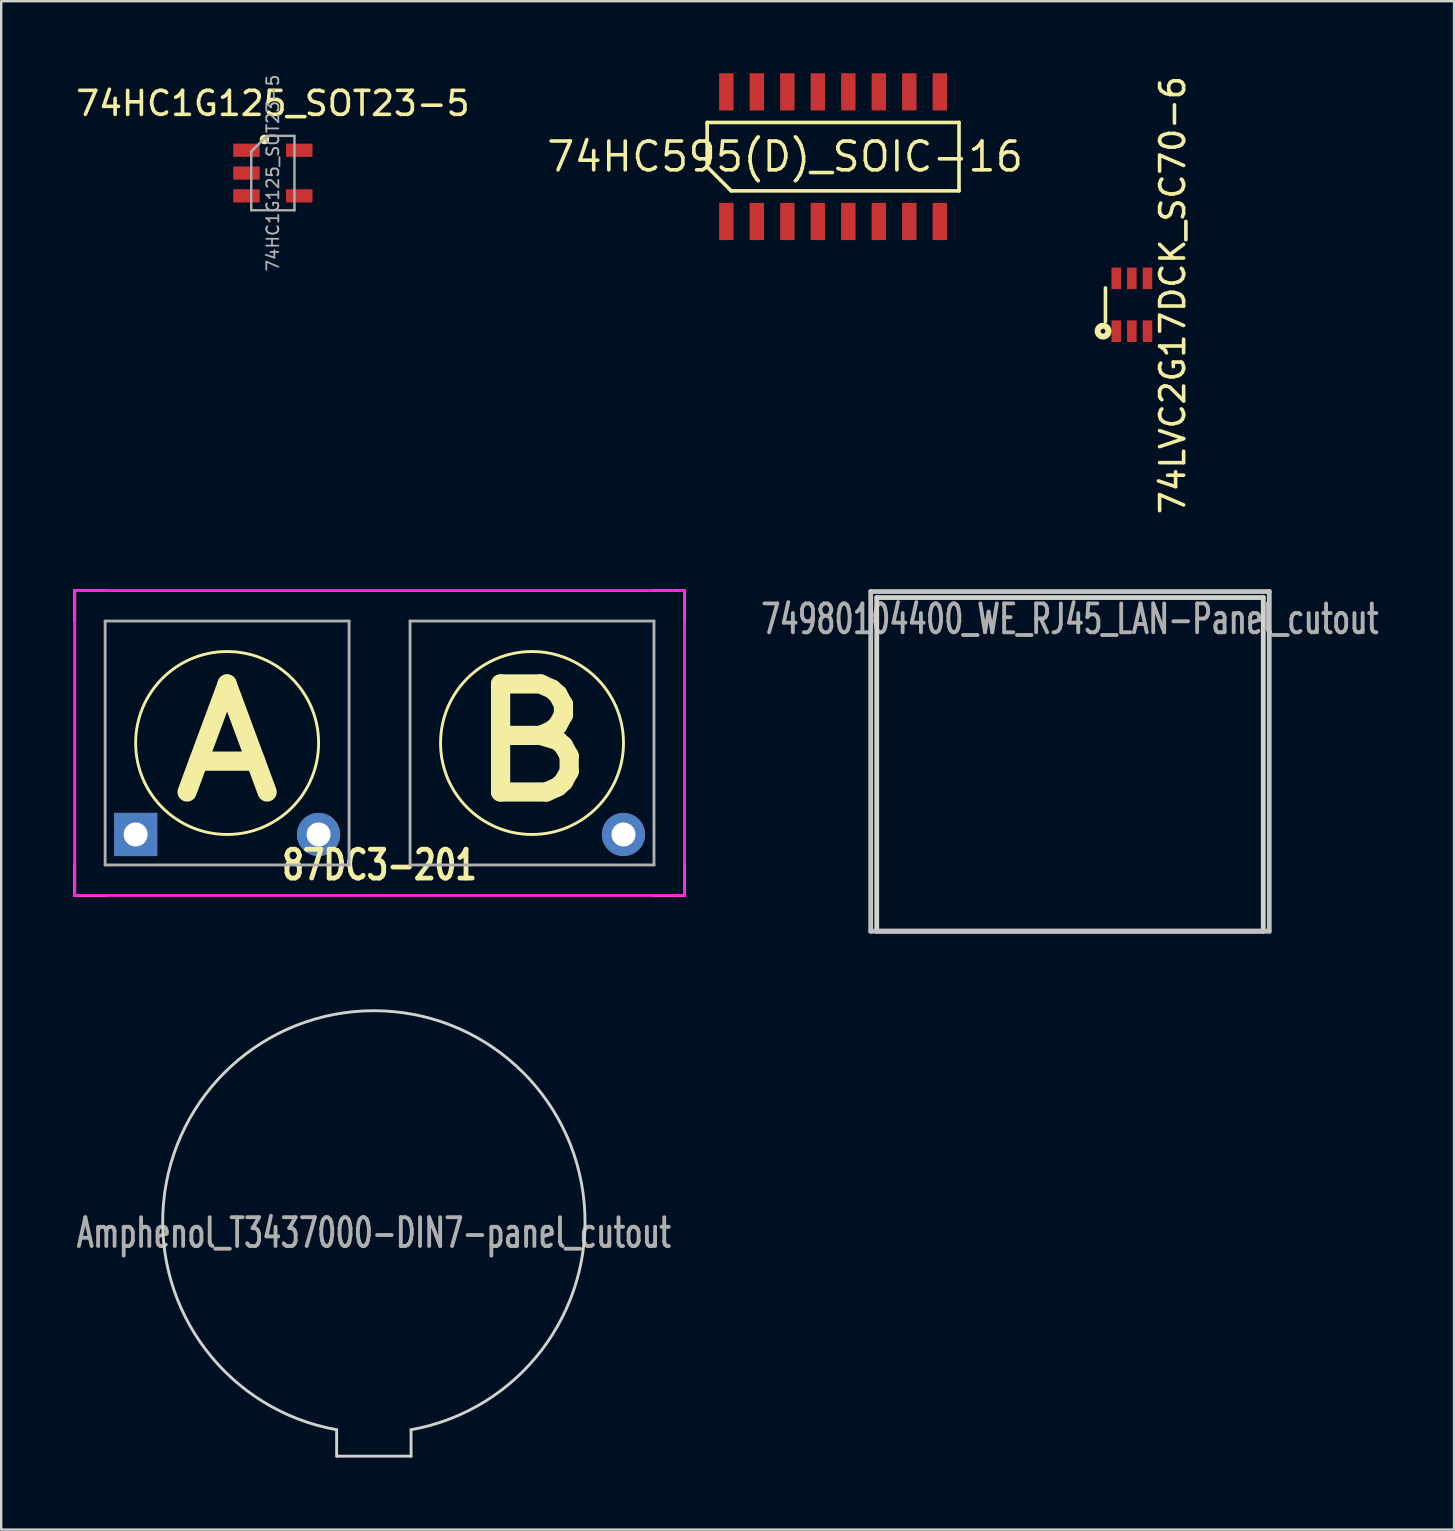
<source format=kicad_pcb>
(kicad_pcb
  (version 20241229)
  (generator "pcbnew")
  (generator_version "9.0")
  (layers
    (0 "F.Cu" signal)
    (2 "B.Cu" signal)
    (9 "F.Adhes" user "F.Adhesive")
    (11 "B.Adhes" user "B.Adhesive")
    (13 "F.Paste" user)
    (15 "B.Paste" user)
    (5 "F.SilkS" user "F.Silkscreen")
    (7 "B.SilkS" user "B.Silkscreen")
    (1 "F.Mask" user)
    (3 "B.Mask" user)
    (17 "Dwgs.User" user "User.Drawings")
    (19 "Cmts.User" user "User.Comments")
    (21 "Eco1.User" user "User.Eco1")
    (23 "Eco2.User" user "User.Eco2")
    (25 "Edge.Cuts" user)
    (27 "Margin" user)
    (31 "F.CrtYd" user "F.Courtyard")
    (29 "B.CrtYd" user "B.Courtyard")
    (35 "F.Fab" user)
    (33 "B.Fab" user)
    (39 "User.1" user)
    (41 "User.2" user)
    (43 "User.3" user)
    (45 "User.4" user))
  (footprint "74LVC2G17DCK_SC70-6"
    (layer "F.Cu")
    (at 44.095 9.644)
    (property "Reference" "74LVC2G17DCK_SC70-6" (at 1.7 -0.4 90) (layer "F.SilkS") (effects (font (size 1 1) (thickness 0.15))))
    (attr through_hole)
    (fp_line (start -1.1 -0.7) (end -1.1 0.7) (stroke (width 0.15) (type solid)) (layer "F.SilkS"))
    (fp_circle (center -1.2 1.1) (end -1.1 1.1) (stroke (width 0.25) (type solid)) (fill no) (layer "F.SilkS"))
    (pad "1" smd rect (at -0.65 1.1) (size 0.4 0.9) (layers "F.Cu" "F.Mask" "F.Paste"))
    (pad "2" smd rect (at 0 1.1) (size 0.4 0.9) (layers "F.Cu" "F.Mask" "F.Paste"))
    (pad "3" smd rect (at 0.65 1.1) (size 0.4 0.9) (layers "F.Cu" "F.Mask" "F.Paste"))
    (pad "4" smd rect (at 0.65 -1.1) (size 0.4 0.9) (layers "F.Cu" "F.Mask" "F.Paste"))
    (pad "5" smd rect (at 0 -1.1) (size 0.4 0.9) (layers "F.Cu" "F.Mask" "F.Paste"))
    (pad "6" smd rect (at -0.65 -1.1) (size 0.4 0.9) (layers "F.Cu" "F.Mask" "F.Paste")))
  (footprint "74HC1G125_SOT23-5"
    (layer "F.Cu")
    (at 8.315 4.158)
    (property "Reference" "74HC1G125_SOT23-5" (at 0 -2.9 0) (layer "F.SilkS") (effects (font (size 1 1) (thickness 0.15))))
    (attr smd)
    (fp_circle (center -0.35 -1.4) (end -0.25 -1.4) (stroke (width 0.2) (type solid)) (fill no) (layer "F.SilkS"))
    (fp_line (start -0.9 -0.9) (end -0.9 1.55) (stroke (width 0.1) (type solid)) (layer "F.Fab"))
    (fp_line (start -0.9 -0.9) (end -0.25 -1.55) (stroke (width 0.1) (type solid)) (layer "F.Fab"))
    (fp_line (start 0.9 -1.55) (end -0.25 -1.55) (stroke (width 0.1) (type solid)) (layer "F.Fab"))
    (fp_line (start 0.9 -1.55) (end 0.9 1.55) (stroke (width 0.1) (type solid)) (layer "F.Fab"))
    (fp_line (start 0.9 1.55) (end -0.9 1.55) (stroke (width 0.1) (type solid)) (layer "F.Fab"))
    (fp_text user "${REFERENCE}" (at 0 0 90) (layer "F.Fab") (effects (font (size 0.5 0.5) (thickness 0.075))))
    (pad "1" smd rect (at -1.1 -0.95) (size 1.1 0.55) (layers "F.Cu" "F.Mask" "F.Paste"))
    (pad "2" smd rect (at -1.1 0) (size 1.1 0.55) (layers "F.Cu" "F.Mask" "F.Paste"))
    (pad "3" smd rect (at -1.1 0.95) (size 1.1 0.55) (layers "F.Cu" "F.Mask" "F.Paste"))
    (pad "4" smd rect (at 1.1 0.95) (size 1.1 0.55) (layers "F.Cu" "F.Mask" "F.Paste"))
    (pad "5" smd rect (at 1.1 -0.95) (size 1.1 0.55) (layers "F.Cu" "F.Mask" "F.Paste")))
  (footprint "87DC3-201"
    (layer "F.Cu")
    (at 12.76 27.898)
    (property "Reference" "87DC3-201" (at 0 5.08 0) (layer "F.SilkS") (effects (font (size 1.2 0.9) (thickness 0.2))))
    (attr through_hole)
    (fp_line (start -12.7 -6.35) (end -11.43 -6.35) (stroke (width 0.12) (type solid)) (layer "F.SilkS"))
    (fp_line (start -12.7 -5.08) (end -12.7 -6.35) (stroke (width 0.12) (type solid)) (layer "F.SilkS"))
    (fp_line (start -12.7 5.08) (end -12.7 6.35) (stroke (width 0.12) (type solid)) (layer "F.SilkS"))
    (fp_line (start -12.7 6.35) (end -11.43 6.35) (stroke (width 0.12) (type solid)) (layer "F.SilkS"))
    (fp_line (start 11.43 -6.35) (end 12.7 -6.35) (stroke (width 0.12) (type solid)) (layer "F.SilkS"))
    (fp_line (start 12.7 -6.35) (end 12.7 -5.08) (stroke (width 0.12) (type solid)) (layer "F.SilkS"))
    (fp_line (start 12.7 5.08) (end 12.7 6.35) (stroke (width 0.12) (type solid)) (layer "F.SilkS"))
    (fp_line (start 12.7 6.35) (end 11.43 6.35) (stroke (width 0.12) (type solid)) (layer "F.SilkS"))
    (fp_circle (center -6.35 0) (end -2.54 0) (stroke (width 0.12) (type solid)) (fill no) (layer "F.SilkS"))
    (fp_circle (center 6.35 0) (end 10.16 0) (stroke (width 0.12) (type solid)) (fill no) (layer "F.SilkS"))
    (fp_line (start -12.7 -6.35) (end 12.7 -6.35) (stroke (width 0.12) (type solid)) (layer "F.CrtYd"))
    (fp_line (start -12.7 6.35) (end -12.7 -6.35) (stroke (width 0.12) (type solid)) (layer "F.CrtYd"))
    (fp_line (start 12.7 -6.35) (end 12.7 6.35) (stroke (width 0.12) (type solid)) (layer "F.CrtYd"))
    (fp_line (start 12.7 6.35) (end -12.7 6.35) (stroke (width 0.12) (type solid)) (layer "F.CrtYd"))
    (fp_line (start -11.43 -5.08) (end -1.27 -5.08) (stroke (width 0.12) (type solid)) (layer "F.Fab"))
    (fp_line (start -11.43 5.08) (end -11.43 -5.08) (stroke (width 0.12) (type solid)) (layer "F.Fab"))
    (fp_line (start -1.27 -5.08) (end -1.27 5.08) (stroke (width 0.12) (type solid)) (layer "F.Fab"))
    (fp_line (start -1.27 5.08) (end -11.43 5.08) (stroke (width 0.12) (type solid)) (layer "F.Fab"))
    (fp_line (start 1.27 -5.08) (end 1.27 5.08) (stroke (width 0.12) (type solid)) (layer "F.Fab"))
    (fp_line (start 1.27 5.08) (end 11.43 5.08) (stroke (width 0.12) (type solid)) (layer "F.Fab"))
    (fp_line (start 11.43 -5.08) (end 1.27 -5.08) (stroke (width 0.12) (type solid)) (layer "F.Fab"))
    (fp_line (start 11.43 5.08) (end 11.43 -5.08) (stroke (width 0.12) (type solid)) (layer "F.Fab"))
    (fp_text user "B" (at 6.35 0 0) (layer "F.SilkS") (effects (font (size 4.5 5) (thickness 0.8))))
    (fp_text user "A" (at -6.35 0 0) (layer "F.SilkS") (effects (font (size 4.5 5) (thickness 0.8))))
    (pad "1" thru_hole rect (at -10.16 3.81) (size 1.8 1.8) (drill 1) (layers "*.Cu" "*.Mask"))
    (pad "2" thru_hole circle (at -2.54 3.81) (size 1.8 1.8) (drill 1) (layers "*.Cu" "*.Mask"))
    (pad "3" thru_hole circle (at 10.16 3.81) (size 1.8 1.8) (drill 1) (layers "*.Cu" "*.Mask")))
  (footprint "74980104400_WE_RJ45_LAN-Panel_cutout"
    (layer "F.Cu")
    (at 41.518 35.738)
    (property "Reference" "74980104400_WE_RJ45_LAN-Panel_cutout" (at 0 -13 0) (layer "F.Fab") (effects (font (size 1.2 0.8) (thickness 0.16))))
    (attr exclude_from_pos_files exclude_from_bom)
    (fp_line (start -8.3 -14.15) (end -8.3 0) (stroke (width 0.2) (type solid)) (layer "Dwgs.User"))
    (fp_line (start -8.3 0) (end 8.3 0) (stroke (width 0.2) (type solid)) (layer "Dwgs.User"))
    (fp_line (start 8.3 -14.15) (end -8.3 -14.15) (stroke (width 0.2) (type solid)) (layer "Dwgs.User"))
    (fp_line (start 8.3 0) (end 8.3 -14.15) (stroke (width 0.2) (type solid)) (layer "Dwgs.User"))
    (fp_line (start -8.05 -13.9) (end -8.05 0) (stroke (width 0.2) (type solid)) (layer "Edge.Cuts"))
    (fp_line (start -8.05 0) (end 8.05 0) (stroke (width 0.2) (type solid)) (layer "Edge.Cuts"))
    (fp_line (start 8.05 -13.9) (end -8.05 -13.9) (stroke (width 0.2) (type solid)) (layer "Edge.Cuts"))
    (fp_line (start 8.05 0) (end 8.05 -13.9) (stroke (width 0.2) (type solid)) (layer "Edge.Cuts")))
  (footprint "74HC595(D)_SOIC-16"
    (layer "F.Cu")
    (at 31.65 3.475)
    (property "Reference" "74HC595(D)_SOIC-16" (at -2 0 180) (layer "F.SilkS") (effects (font (size 1.2 1.2) (thickness 0.15))))
    (attr through_hole)
    (fp_line (start -5.245 -1.425) (end -5.245 0.425) (stroke (width 0.15) (type solid)) (layer "F.SilkS"))
    (fp_line (start -5.245 0.425) (end -4.245 1.425) (stroke (width 0.15) (type solid)) (layer "F.SilkS"))
    (fp_line (start -4.245 1.425) (end 5.245 1.425) (stroke (width 0.15) (type solid)) (layer "F.SilkS"))
    (fp_line (start 5.245 -1.425) (end -5.245 -1.425) (stroke (width 0.15) (type solid)) (layer "F.SilkS"))
    (fp_line (start 5.245 1.425) (end 5.245 -1.425) (stroke (width 0.15) (type solid)) (layer "F.SilkS"))
    (pad "1" smd rect (at -4.445 2.7) (size 0.6 1.55) (layers "F.Cu" "F.Mask" "F.Paste"))
    (pad "2" smd rect (at -3.175 2.7) (size 0.6 1.55) (layers "F.Cu" "F.Mask" "F.Paste"))
    (pad "3" smd rect (at -1.905 2.7) (size 0.6 1.55) (layers "F.Cu" "F.Mask" "F.Paste"))
    (pad "4" smd rect (at -0.635 2.7) (size 0.6 1.55) (layers "F.Cu" "F.Mask" "F.Paste"))
    (pad "5" smd rect (at 0.635 2.7) (size 0.6 1.55) (layers "F.Cu" "F.Mask" "F.Paste"))
    (pad "6" smd rect (at 1.905 2.7) (size 0.6 1.55) (layers "F.Cu" "F.Mask" "F.Paste"))
    (pad "7" smd rect (at 3.175 2.7) (size 0.6 1.55) (layers "F.Cu" "F.Mask" "F.Paste"))
    (pad "8" smd rect (at 4.445 2.7) (size 0.6 1.55) (layers "F.Cu" "F.Mask" "F.Paste"))
    (pad "9" smd rect (at 4.445 -2.7) (size 0.6 1.55) (layers "F.Cu" "F.Mask" "F.Paste"))
    (pad "10" smd rect (at 3.175 -2.7) (size 0.6 1.55) (layers "F.Cu" "F.Mask" "F.Paste"))
    (pad "11" smd rect (at 1.905 -2.7) (size 0.6 1.55) (layers "F.Cu" "F.Mask" "F.Paste"))
    (pad "12" smd rect (at 0.635 -2.7) (size 0.6 1.55) (layers "F.Cu" "F.Mask" "F.Paste"))
    (pad "13" smd rect (at -0.635 -2.7) (size 0.6 1.55) (layers "F.Cu" "F.Mask" "F.Paste"))
    (pad "14" smd rect (at -1.905 -2.7) (size 0.6 1.55) (layers "F.Cu" "F.Mask" "F.Paste"))
    (pad "15" smd rect (at -3.175 -2.7) (size 0.6 1.55) (layers "F.Cu" "F.Mask" "F.Paste"))
    (pad "16" smd rect (at -4.445 -2.7) (size 0.6 1.55) (layers "F.Cu" "F.Mask" "F.Paste")))
  (footprint "Amphenol_T3437000-DIN7-panel_cutout"
    (layer "F.Cu")
    (at 12.522 47.702)
    (property "Reference" "Amphenol_T3437000-DIN7-panel_cutout" (at 0 0.6 0) (layer "F.Fab") (effects (font (size 1.2 0.8) (thickness 0.16))))
    (attr through_hole)
    (fp_line (start -1.55 9.9) (end -1.55 8.8) (stroke (width 0.12) (type solid)) (layer "Edge.Cuts"))
    (fp_line (start 1.55 9.9) (end -1.55 9.9) (stroke (width 0.12) (type solid)) (layer "Edge.Cuts"))
    (fp_line (start 1.55 9.9) (end 1.55 8.8) (stroke (width 0.12) (type solid)) (layer "Edge.Cuts"))
    (fp_arc (start -1.55 8.8) (mid 0 -8.653414) (end 1.55 8.8) (stroke (width 0.12) (type solid)) (layer "Edge.Cuts")))
  (gr_rect
    (start -3 -3)
    (end 57.516 60.662)
    (stroke (width 0.1) (type default))
    (fill no)
    (layer "Edge.Cuts")))
</source>
